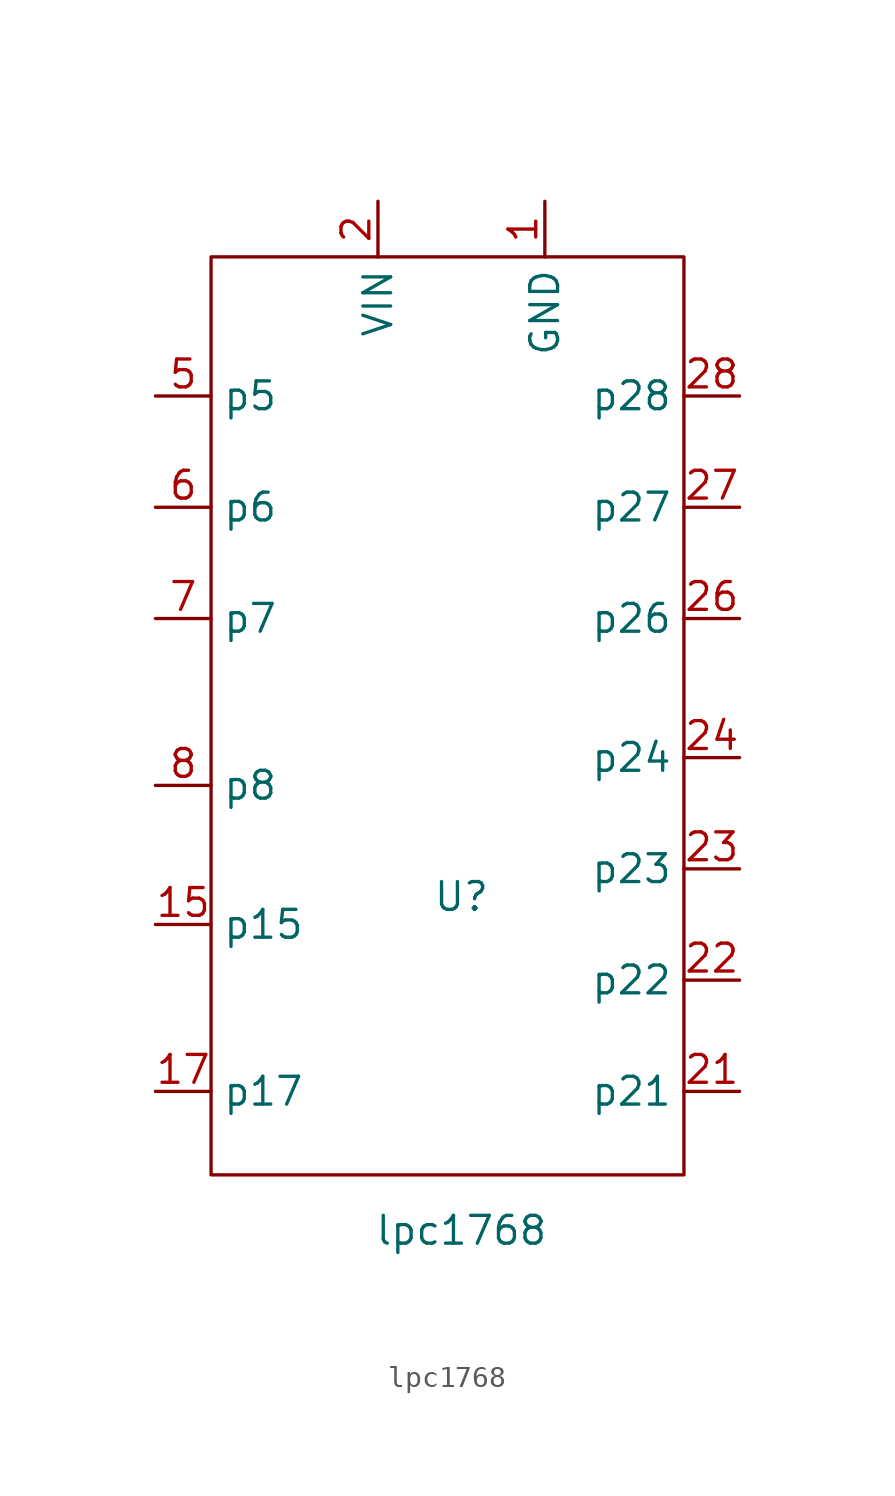
<source format=kicad_sym>
(kicad_symbol_lib
  (version 20211014)
  (generator kicad_symbol_editor)
  (symbol "lpc1768"
    (property "Reference" "U"
      (at 0 0 0)
      (effects (font (size 1.27 1.27))))
    (property "Value" "lpc1768"
      (at 0 -15.24 0)
      (effects (font (size 1.27 1.27))))
    (symbol "lpc1768_0_1"
      (rectangle (start -11.43 29.21) (end 10.16 -12.7) (stroke (width 0) (type default) (color 0 0 0 0)) (fill (type none))))
    (symbol "lpc1768_1_1"
      (pin input line (at 3.81 31.75 270) (length 2.54) (name "GND" (effects (font (size 1.27 1.27)))) (number "1" (effects (font (size 1.27 1.27)))))
      (pin output line (at -13.97 -1.27 0) (length 2.54) (name "p15" (effects (font (size 1.27 1.27)))) (number "15" (effects (font (size 1.27 1.27)))))
      (pin input line (at -13.97 -8.89 0) (length 2.54) (name "p17" (effects (font (size 1.27 1.27)))) (number "17" (effects (font (size 1.27 1.27)))))
      (pin input line (at -3.81 31.75 270) (length 2.54) (name "VIN" (effects (font (size 1.27 1.27)))) (number "2" (effects (font (size 1.27 1.27)))))
      (pin input line (at 12.7 -8.89 180) (length 2.54) (name "p21" (effects (font (size 1.27 1.27)))) (number "21" (effects (font (size 1.27 1.27)))))
      (pin input line (at 12.7 -3.81 180) (length 2.54) (name "p22" (effects (font (size 1.27 1.27)))) (number "22" (effects (font (size 1.27 1.27)))))
      (pin input line (at 12.7 1.27 180) (length 2.54) (name "p23" (effects (font (size 1.27 1.27)))) (number "23" (effects (font (size 1.27 1.27)))))
      (pin input line (at 12.7 6.35 180) (length 2.54) (name "p24" (effects (font (size 1.27 1.27)))) (number "24" (effects (font (size 1.27 1.27)))))
      (pin input line (at 12.7 12.7 180) (length 2.54) (name "p26" (effects (font (size 1.27 1.27)))) (number "26" (effects (font (size 1.27 1.27)))))
      (pin input line (at 12.7 17.78 180) (length 2.54) (name "p27" (effects (font (size 1.27 1.27)))) (number "27" (effects (font (size 1.27 1.27)))))
      (pin input line (at 12.7 22.86 180) (length 2.54) (name "p28" (effects (font (size 1.27 1.27)))) (number "28" (effects (font (size 1.27 1.27)))))
      (pin output line (at -13.97 22.86 0) (length 2.54) (name "p5" (effects (font (size 1.27 1.27)))) (number "5" (effects (font (size 1.27 1.27)))))
      (pin input line (at -13.97 17.78 0) (length 2.54) (name "p6" (effects (font (size 1.27 1.27)))) (number "6" (effects (font (size 1.27 1.27)))))
      (pin output line (at -13.97 12.7 0) (length 2.54) (name "p7" (effects (font (size 1.27 1.27)))) (number "7" (effects (font (size 1.27 1.27)))))
      (pin output line (at -13.97 5.08 0) (length 2.54) (name "p8" (effects (font (size 1.27 1.27)))) (number "8" (effects (font (size 1.27 1.27))))))))
</source>
